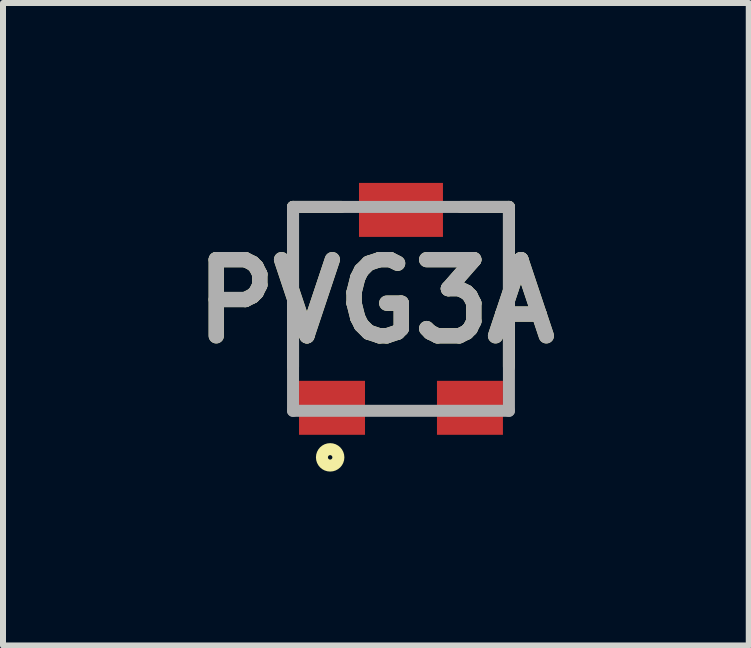
<source format=kicad_pcb>
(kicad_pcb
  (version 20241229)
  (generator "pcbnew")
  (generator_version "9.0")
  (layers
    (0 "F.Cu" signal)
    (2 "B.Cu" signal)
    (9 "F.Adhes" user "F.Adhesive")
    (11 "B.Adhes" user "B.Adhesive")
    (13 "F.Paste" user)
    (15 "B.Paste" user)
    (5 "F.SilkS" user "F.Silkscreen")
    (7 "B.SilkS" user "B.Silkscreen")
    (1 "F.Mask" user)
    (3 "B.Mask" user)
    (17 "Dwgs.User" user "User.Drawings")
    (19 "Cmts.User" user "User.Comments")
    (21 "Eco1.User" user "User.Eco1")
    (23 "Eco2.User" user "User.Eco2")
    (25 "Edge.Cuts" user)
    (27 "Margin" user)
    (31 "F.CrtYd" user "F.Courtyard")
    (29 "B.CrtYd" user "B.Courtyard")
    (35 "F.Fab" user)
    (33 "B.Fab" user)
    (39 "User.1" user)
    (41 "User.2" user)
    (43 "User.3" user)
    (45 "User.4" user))
  (footprint "PVG3A"
    (layer "F.Cu")
    (at 3.636 2.1)
    (property "Reference" "PVG3A" (at -0.419 -0.125 0) (layer "F.SilkS") (effects (font (size 1.27 1.27) (thickness 0.254))))
    (attr smd)
    (fp_line (start -1.8 -1.7) (end -1.8 0.966) (stroke (width 0.2) (type solid)) (layer "F.SilkS"))
    (fp_line (start -1.8 -1.7) (end -0.996 -1.7) (stroke (width 0.2) (type solid)) (layer "F.SilkS"))
    (fp_line (start 1.8 -1.7) (end 0.996 -1.7) (stroke (width 0.2) (type solid)) (layer "F.SilkS"))
    (fp_line (start 1.8 -1.7) (end 1.8 0.966) (stroke (width 0.2) (type solid)) (layer "F.SilkS"))
    (fp_circle (center -1.181 2.476) (end -1.181 2.513) (stroke (width 0.2) (type solid)) (fill no) (layer "F.SilkS"))
    (fp_line (start -1.8 -1.7) (end 1.8 -1.7) (stroke (width 0.2) (type solid)) (layer "F.Fab"))
    (fp_line (start -1.8 1.7) (end -1.8 -1.7) (stroke (width 0.2) (type solid)) (layer "F.Fab"))
    (fp_line (start 1.8 -1.7) (end 1.8 1.7) (stroke (width 0.2) (type solid)) (layer "F.Fab"))
    (fp_line (start 1.8 1.7) (end -1.8 1.7) (stroke (width 0.2) (type solid)) (layer "F.Fab"))
    (fp_text user "${REFERENCE}" (at -0.419 -0.125 0) (layer "F.Fab") (effects (font (size 1.27 1.27) (thickness 0.254))))
    (pad "1" smd rect (at -1.15 1.65 90) (size 0.9 1.1) (layers "F.Cu" "F.Paste"))
    (pad "2" smd rect (at 0 -1.65 90) (size 0.9 1.4) (layers "F.Cu" "F.Paste"))
    (pad "3" smd rect (at 1.15 1.65 90) (size 0.9 1.1) (layers "F.Cu" "F.Paste")))
  (gr_rect
    (start -3 -3)
    (end 9.435 7.713)
    (stroke (width 0.1) (type default))
    (fill no)
    (layer "Edge.Cuts")))
</source>
